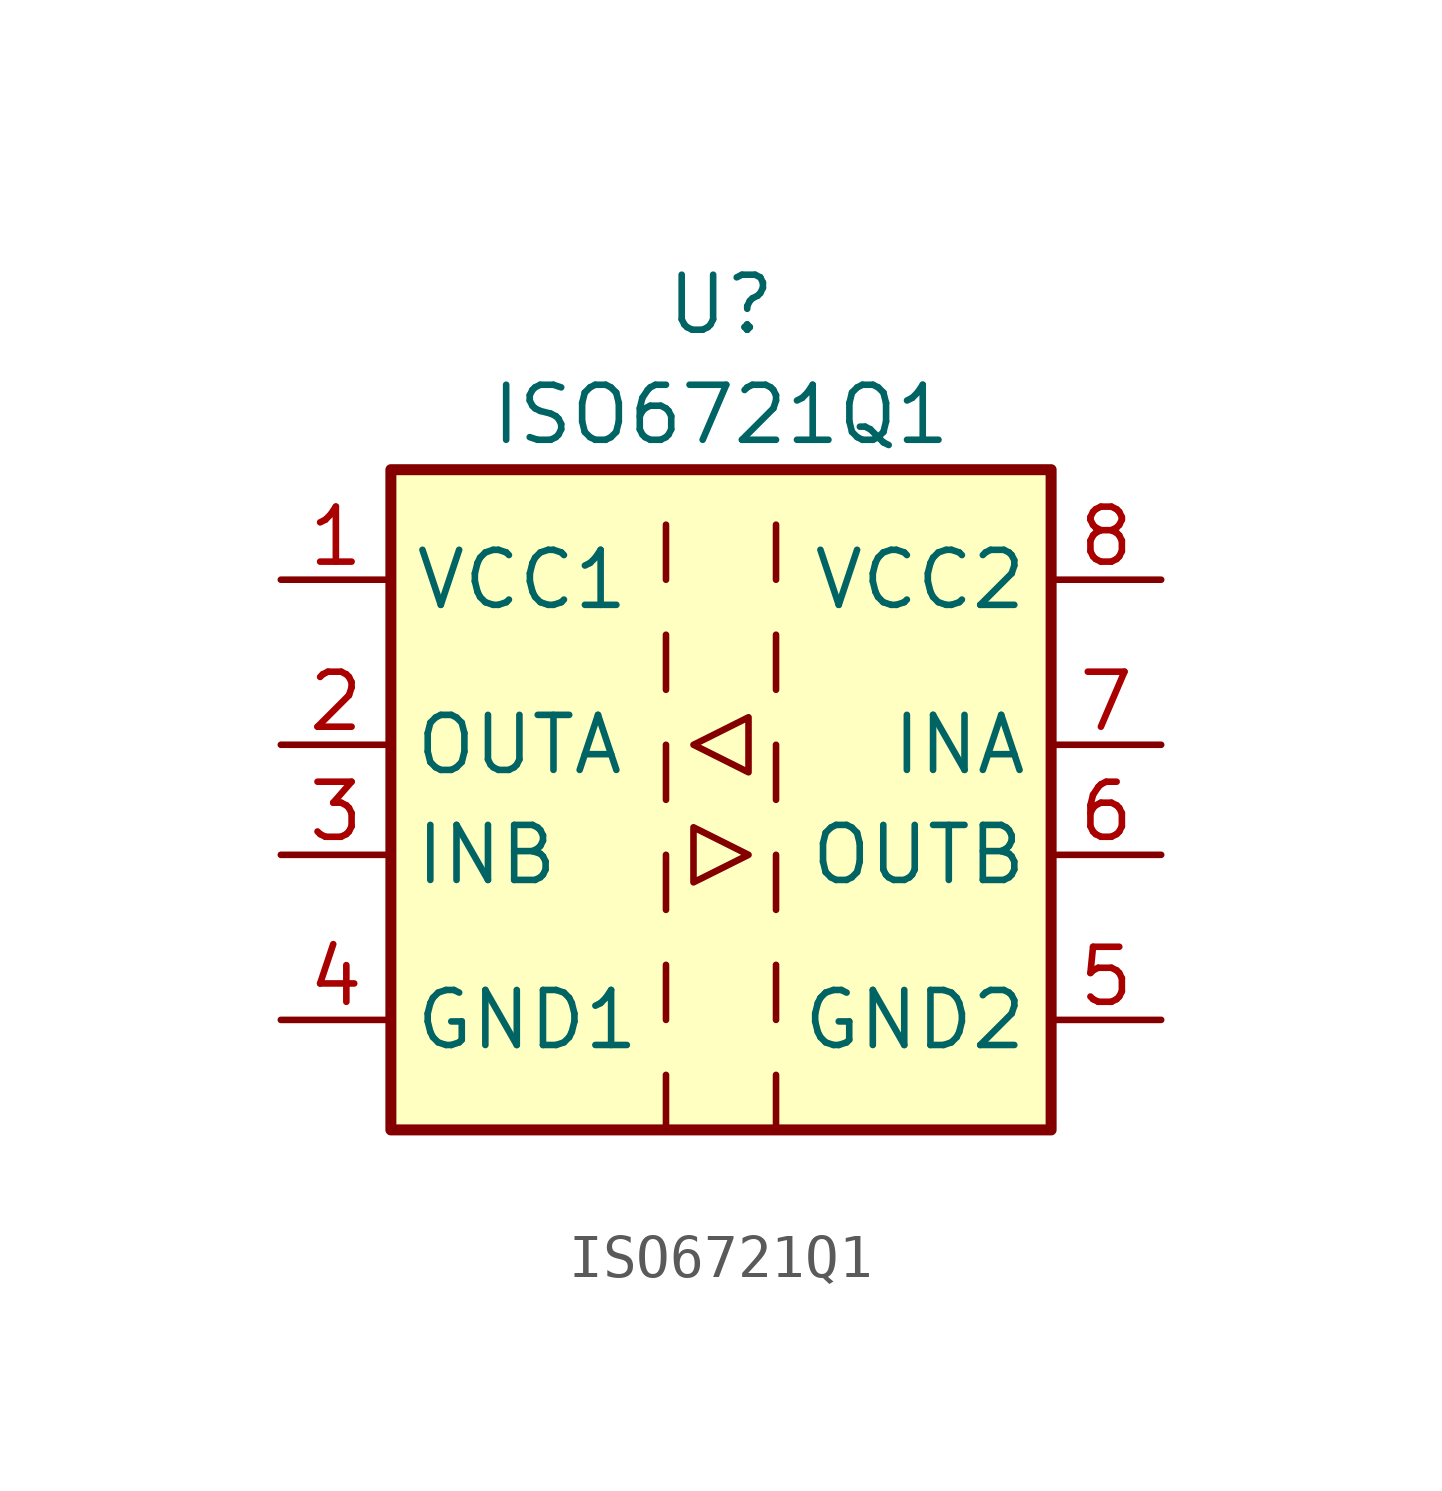
<source format=kicad_sym>
(kicad_symbol_lib
  (version 20211014)
  (generator kicad_symbol_editor)
  (symbol "ISO6721Q1"
    (property "Reference" "U"
      (at 0 11.43 0)
      (effects (font (size 1.27 1.27))))
    (property "Value" "ISO6721Q1"
      (at 0 8.89 0)
      (effects (font (size 1.27 1.27))))
    (symbol "ISO6721Q1_0_1"
      (rectangle (start -7.62 7.62) (end 7.62 -7.62) (stroke (width 0.254) (type default) (color 0 0 0 0)) (fill (type background)))
      (polyline (pts (xy -1.27 -6.35) (xy -1.27 -7.62)) (stroke (width 0) (type default) (color 0 0 0 0)) (fill (type none)))
      (polyline (pts (xy -1.27 -3.81) (xy -1.27 -5.08)) (stroke (width 0) (type default) (color 0 0 0 0)) (fill (type none)))
      (polyline (pts (xy -1.27 -1.27) (xy -1.27 -2.54)) (stroke (width 0) (type default) (color 0 0 0 0)) (fill (type none)))
      (polyline (pts (xy -1.27 1.27) (xy -1.27 0)) (stroke (width 0) (type default) (color 0 0 0 0)) (fill (type none)))
      (polyline (pts (xy -1.27 3.81) (xy -1.27 2.54)) (stroke (width 0) (type default) (color 0 0 0 0)) (fill (type none)))
      (polyline (pts (xy -1.27 6.35) (xy -1.27 5.08)) (stroke (width 0) (type default) (color 0 0 0 0)) (fill (type none)))
      (polyline (pts (xy 1.27 -6.35) (xy 1.27 -7.62)) (stroke (width 0) (type default) (color 0 0 0 0)) (fill (type none)))
      (polyline (pts (xy 1.27 -3.81) (xy 1.27 -5.08)) (stroke (width 0) (type default) (color 0 0 0 0)) (fill (type none)))
      (polyline (pts (xy 1.27 -1.27) (xy 1.27 -2.54)) (stroke (width 0) (type default) (color 0 0 0 0)) (fill (type none)))
      (polyline (pts (xy 1.27 1.27) (xy 1.27 0)) (stroke (width 0) (type default) (color 0 0 0 0)) (fill (type none)))
      (polyline (pts (xy 1.27 3.81) (xy 1.27 2.54)) (stroke (width 0) (type default) (color 0 0 0 0)) (fill (type none)))
      (polyline (pts (xy 1.27 6.35) (xy 1.27 5.08)) (stroke (width 0) (type default) (color 0 0 0 0)) (fill (type none)))
      (polyline (pts (xy -0.635 -0.635) (xy -0.635 -1.905) (xy 0.635 -1.27) (xy -0.635 -0.635)) (stroke (width 0) (type default) (color 0 0 0 0)) (fill (type none)))
      (polyline (pts (xy -0.635 1.27) (xy 0.635 1.905) (xy 0.635 0.635) (xy -0.635 1.27)) (stroke (width 0) (type default) (color 0 0 0 0)) (fill (type none))))
    (symbol "ISO6721Q1_1_1"
      (pin power_in line (at -10.16 5.08 0) (length 2.54) (name "VCC1" (effects (font (size 1.27 1.27)))) (number "1" (effects (font (size 1.27 1.27)))))
      (pin output line (at -10.16 1.27 0) (length 2.54) (name "OUTA" (effects (font (size 1.27 1.27)))) (number "2" (effects (font (size 1.27 1.27)))))
      (pin input line (at -10.16 -1.27 0) (length 2.54) (name "INB" (effects (font (size 1.27 1.27)))) (number "3" (effects (font (size 1.27 1.27)))))
      (pin power_in line (at -10.16 -5.08 0) (length 2.54) (name "GND1" (effects (font (size 1.27 1.27)))) (number "4" (effects (font (size 1.27 1.27)))))
      (pin power_in line (at 10.16 -5.08 180) (length 2.54) (name "GND2" (effects (font (size 1.27 1.27)))) (number "5" (effects (font (size 1.27 1.27)))))
      (pin output line (at 10.16 -1.27 180) (length 2.54) (name "OUTB" (effects (font (size 1.27 1.27)))) (number "6" (effects (font (size 1.27 1.27)))))
      (pin input line (at 10.16 1.27 180) (length 2.54) (name "INA" (effects (font (size 1.27 1.27)))) (number "7" (effects (font (size 1.27 1.27)))))
      (pin power_in line (at 10.16 5.08 180) (length 2.54) (name "VCC2" (effects (font (size 1.27 1.27)))) (number "8" (effects (font (size 1.27 1.27))))))))
</source>
